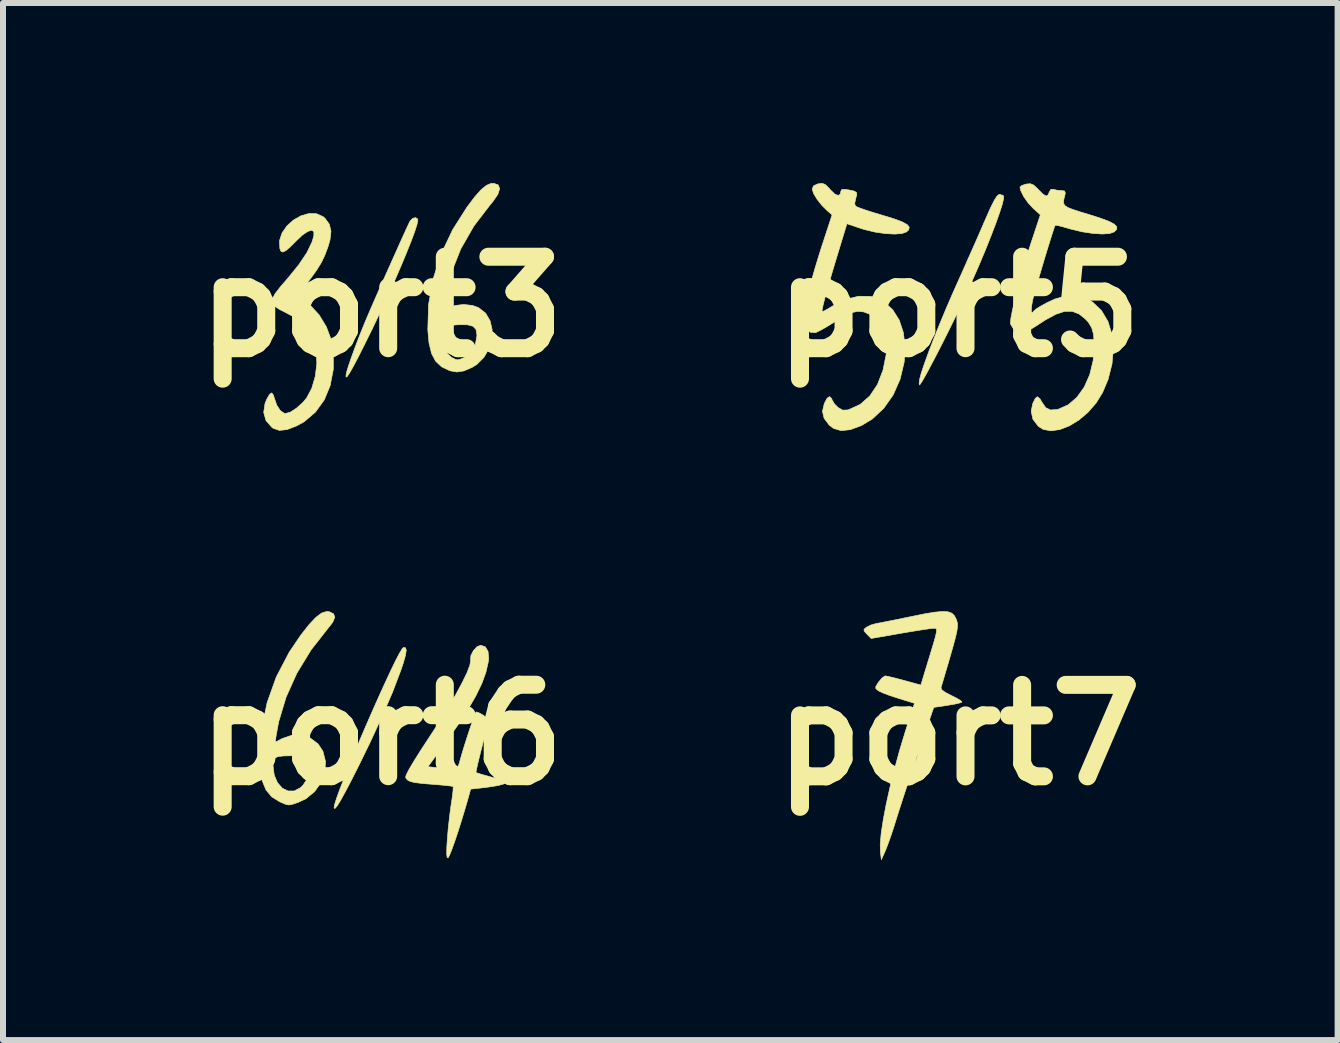
<source format=kicad_pcb>
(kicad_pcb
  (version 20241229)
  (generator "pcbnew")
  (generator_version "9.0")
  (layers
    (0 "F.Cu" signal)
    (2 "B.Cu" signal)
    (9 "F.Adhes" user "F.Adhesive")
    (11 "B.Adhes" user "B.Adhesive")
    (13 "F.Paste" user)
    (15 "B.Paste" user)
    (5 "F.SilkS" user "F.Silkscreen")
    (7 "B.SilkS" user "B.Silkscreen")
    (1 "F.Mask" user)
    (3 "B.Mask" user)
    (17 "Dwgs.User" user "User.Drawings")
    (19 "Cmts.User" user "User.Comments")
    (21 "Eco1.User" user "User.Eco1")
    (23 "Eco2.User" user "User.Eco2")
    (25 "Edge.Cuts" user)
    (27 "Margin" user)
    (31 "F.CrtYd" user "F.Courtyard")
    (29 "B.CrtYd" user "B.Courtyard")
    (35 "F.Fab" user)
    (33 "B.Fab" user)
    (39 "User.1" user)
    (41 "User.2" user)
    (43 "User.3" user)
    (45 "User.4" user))
  (footprint "port6"
    (layer "F.Cu")
    (at 3.309 9.193)
    (property "Reference" "port6" (at 0 0 0) (layer "F.SilkS") (effects (font (size 1.524 1.524) (thickness 0.3))))
    (attr through_hole)
    (fp_poly (pts (xy 0.398 -1.449) (xy 0.41 -1.407) (xy 0.397 -1.323) (xy 0.359 -1.191) (xy 0.318 -1.07) (xy 0.185 -0.719) (xy 0.015 -0.322) (xy -0.191 0.123) (xy -0.381 0.513) (xy -0.508 0.764) (xy -0.611 0.96) (xy -0.689 1.101) (xy -0.745 1.19) (xy -0.779 1.228) (xy -0.793 1.218) (xy -0.793 1.212) (xy -0.781 1.152) (xy -0.747 1.045) (xy -0.693 0.897) (xy -0.622 0.715) (xy -0.539 0.507) (xy -0.445 0.28) (xy -0.344 0.041) (xy -0.239 -0.203) (xy -0.133 -0.444) (xy -0.03 -0.675) (xy 0.068 -0.889) (xy 0.157 -1.08) (xy 0.234 -1.239) (xy 0.297 -1.359) (xy 0.342 -1.433) (xy 0.363 -1.455) (xy 0.398 -1.449)) (stroke (width 0.01) (type solid)) (fill yes) (layer "F.SilkS"))
    (fp_poly (pts (xy -0.875 -2.051) (xy -0.801 -2.016) (xy -0.781 -1.958) (xy -0.816 -1.874) (xy -0.889 -1.781) (xy -1.177 -1.413) (xy -1.413 -1.026) (xy -1.593 -0.625) (xy -1.716 -0.216) (xy -1.757 0.007) (xy -1.774 0.125) (xy -1.657 0.062) (xy -1.497 0.008) (xy -1.335 0.008) (xy -1.185 0.057) (xy -1.059 0.152) (xy -0.979 0.274) (xy -0.935 0.446) (xy -0.947 0.623) (xy -1.009 0.793) (xy -1.114 0.943) (xy -1.258 1.063) (xy -1.391 1.126) (xy -1.484 1.157) (xy -1.543 1.169) (xy -1.593 1.161) (xy -1.662 1.132) (xy -1.702 1.114) (xy -1.832 1.033) (xy -1.927 0.919) (xy -1.99 0.766) (xy -2.024 0.567) (xy -2.026 0.512) (xy -1.81 0.512) (xy -1.79 0.671) (xy -1.736 0.798) (xy -1.656 0.889) (xy -1.56 0.936) (xy -1.456 0.936) (xy -1.352 0.881) (xy -1.311 0.841) (xy -1.256 0.756) (xy -1.211 0.651) (xy -1.206 0.632) (xy -1.187 0.537) (xy -1.197 0.471) (xy -1.221 0.426) (xy -1.255 0.385) (xy -1.299 0.362) (xy -1.372 0.352) (xy -1.49 0.349) (xy -1.636 0.352) (xy -1.729 0.363) (xy -1.781 0.389) (xy -1.804 0.435) (xy -1.81 0.508) (xy -1.81 0.512) (xy -2.026 0.512) (xy -2.032 0.365) (xy -2.001 -0.094) (xy -1.908 -0.537) (xy -1.755 -0.965) (xy -1.54 -1.376) (xy -1.351 -1.656) (xy -1.212 -1.833) (xy -1.097 -1.956) (xy -1 -2.029) (xy -0.916 -2.055) (xy -0.875 -2.051)) (stroke (width 0.01) (type solid)) (fill yes) (layer "F.SilkS"))
    (fp_poly (pts (xy 1.728 -1.465) (xy 1.773 -1.388) (xy 1.783 -1.27) (xy 1.776 -1.213) (xy 1.737 -1.041) (xy 1.669 -0.855) (xy 1.569 -0.648) (xy 1.435 -0.416) (xy 1.262 -0.151) (xy 1.048 0.152) (xy 1.033 0.173) (xy 0.771 0.532) (xy 0.961 0.552) (xy 1.101 0.565) (xy 1.191 0.569) (xy 1.245 0.557) (xy 1.275 0.526) (xy 1.294 0.47) (xy 1.303 0.437) (xy 1.335 0.324) (xy 1.376 0.189) (xy 1.422 0.045) (xy 1.468 -0.096) (xy 1.511 -0.221) (xy 1.546 -0.318) (xy 1.569 -0.373) (xy 1.575 -0.381) (xy 1.627 -0.364) (xy 1.695 -0.325) (xy 1.753 -0.28) (xy 1.778 -0.245) (xy 1.77 -0.201) (xy 1.749 -0.109) (xy 1.717 0.02) (xy 1.679 0.172) (xy 1.67 0.206) (xy 1.631 0.359) (xy 1.6 0.487) (xy 1.579 0.58) (xy 1.571 0.626) (xy 1.571 0.628) (xy 1.604 0.64) (xy 1.682 0.664) (xy 1.791 0.695) (xy 1.822 0.703) (xy 1.935 0.737) (xy 2.02 0.769) (xy 2.062 0.792) (xy 2.064 0.796) (xy 2.032 0.82) (xy 1.941 0.845) (xy 1.791 0.869) (xy 1.654 0.886) (xy 1.483 0.905) (xy 1.439 1.064) (xy 1.385 1.249) (xy 1.328 1.437) (xy 1.271 1.617) (xy 1.217 1.779) (xy 1.169 1.911) (xy 1.132 2.005) (xy 1.108 2.049) (xy 1.106 2.051) (xy 1.091 2.043) (xy 1.084 1.989) (xy 1.085 1.884) (xy 1.094 1.743) (xy 1.109 1.565) (xy 1.13 1.373) (xy 1.152 1.2) (xy 1.161 1.144) (xy 1.179 1.021) (xy 1.19 0.925) (xy 1.192 0.869) (xy 1.19 0.862) (xy 1.155 0.854) (xy 1.07 0.844) (xy 0.949 0.833) (xy 0.85 0.825) (xy 0.676 0.811) (xy 0.554 0.796) (xy 0.475 0.777) (xy 0.428 0.751) (xy 0.402 0.717) (xy 0.399 0.709) (xy 0.41 0.666) (xy 0.456 0.577) (xy 0.534 0.445) (xy 0.64 0.276) (xy 0.772 0.073) (xy 0.776 0.068) (xy 0.95 -0.199) (xy 1.104 -0.448) (xy 1.237 -0.674) (xy 1.343 -0.871) (xy 1.422 -1.034) (xy 1.469 -1.157) (xy 1.483 -1.236) (xy 1.481 -1.245) (xy 1.487 -1.321) (xy 1.529 -1.403) (xy 1.59 -1.468) (xy 1.651 -1.492) (xy 1.728 -1.465)) (stroke (width 0.01) (type solid)) (fill yes) (layer "F.SilkS")))
  (footprint "port5"
    (layer "F.Cu")
    (at 12.928 2.062)
    (property "Reference" "port5" (at 0 0 0) (layer "F.SilkS") (effects (font (size 1.524 1.524) (thickness 0.3))))
    (attr through_hole)
    (fp_poly (pts (xy 0.729 -1.859) (xy 0.744 -1.846) (xy 0.743 -1.798) (xy 0.719 -1.699) (xy 0.673 -1.557) (xy 0.609 -1.377) (xy 0.529 -1.168) (xy 0.436 -0.936) (xy 0.332 -0.688) (xy 0.22 -0.432) (xy 0.103 -0.173) (xy 0.086 -0.135) (xy 0.002 0.044) (xy -0.092 0.237) (xy -0.19 0.435) (xy -0.289 0.632) (xy -0.384 0.817) (xy -0.472 0.984) (xy -0.547 1.124) (xy -0.606 1.228) (xy -0.645 1.289) (xy -0.657 1.302) (xy -0.664 1.275) (xy -0.656 1.21) (xy -0.656 1.21) (xy -0.628 1.103) (xy -0.576 0.948) (xy -0.505 0.752) (xy -0.418 0.527) (xy -0.319 0.281) (xy -0.211 0.022) (xy -0.098 -0.239) (xy -0.043 -0.361) (xy 0.057 -0.585) (xy 0.161 -0.82) (xy 0.263 -1.049) (xy 0.354 -1.257) (xy 0.427 -1.426) (xy 0.439 -1.452) (xy 0.519 -1.635) (xy 0.582 -1.762) (xy 0.629 -1.839) (xy 0.664 -1.871) (xy 0.673 -1.873) (xy 0.729 -1.859)) (stroke (width 0.01) (type solid)) (fill yes) (layer "F.SilkS"))
    (fp_poly (pts (xy -2.227 -2.037) (xy -2.168 -1.98) (xy -2.144 -1.951) (xy -2.068 -1.878) (xy -2.009 -1.855) (xy -1.975 -1.882) (xy -1.968 -1.924) (xy -1.955 -1.953) (xy -1.905 -1.958) (xy -1.849 -1.95) (xy -1.753 -1.93) (xy -1.708 -1.907) (xy -1.702 -1.868) (xy -1.72 -1.807) (xy -1.738 -1.717) (xy -1.722 -1.677) (xy -1.681 -1.657) (xy -1.591 -1.624) (xy -1.464 -1.582) (xy -1.314 -1.537) (xy -1.284 -1.528) (xy -1.087 -1.468) (xy -0.948 -1.416) (xy -0.863 -1.37) (xy -0.828 -1.327) (xy -0.838 -1.283) (xy -0.873 -1.249) (xy -0.95 -1.221) (xy -1.073 -1.212) (xy -1.227 -1.22) (xy -1.397 -1.245) (xy -1.568 -1.285) (xy -1.64 -1.308) (xy -1.867 -1.384) (xy -2.027 -0.859) (xy -2.108 -0.59) (xy -2.175 -0.361) (xy -2.227 -0.174) (xy -2.262 -0.036) (xy -2.28 0.051) (xy -2.28 0.08) (xy -2.25 0.07) (xy -2.182 0.033) (xy -2.095 -0.019) (xy -1.883 -0.124) (xy -1.674 -0.176) (xy -1.479 -0.174) (xy -1.419 -0.16) (xy -1.245 -0.08) (xy -1.103 0.05) (xy -0.995 0.222) (xy -0.926 0.431) (xy -0.898 0.668) (xy -0.913 0.922) (xy -0.982 1.21) (xy -1.097 1.469) (xy -1.253 1.691) (xy -1.445 1.87) (xy -1.625 1.978) (xy -1.81 2.047) (xy -1.965 2.063) (xy -2.091 2.025) (xy -2.16 1.973) (xy -2.247 1.858) (xy -2.274 1.742) (xy -2.244 1.612) (xy -2.242 1.608) (xy -2.196 1.521) (xy -2.154 1.496) (xy -2.12 1.532) (xy -2.112 1.555) (xy -2.073 1.62) (xy -2.013 1.679) (xy -1.939 1.721) (xy -1.859 1.719) (xy -1.835 1.713) (xy -1.646 1.626) (xy -1.486 1.486) (xy -1.358 1.295) (xy -1.267 1.06) (xy -1.266 1.057) (xy -1.214 0.802) (xy -1.208 0.579) (xy -1.247 0.392) (xy -1.329 0.243) (xy -1.454 0.139) (xy -1.479 0.126) (xy -1.586 0.085) (xy -1.686 0.075) (xy -1.793 0.098) (xy -1.921 0.159) (xy -2.077 0.254) (xy -2.194 0.327) (xy -2.299 0.387) (xy -2.376 0.424) (xy -2.394 0.431) (xy -2.479 0.423) (xy -2.552 0.368) (xy -2.597 0.282) (xy -2.603 0.23) (xy -2.594 0.136) (xy -2.566 -0.008) (xy -2.522 -0.192) (xy -2.466 -0.407) (xy -2.399 -0.641) (xy -2.325 -0.885) (xy -2.279 -1.028) (xy -2.114 -1.532) (xy -2.192 -1.599) (xy -2.285 -1.691) (xy -2.366 -1.794) (xy -2.423 -1.89) (xy -2.445 -1.961) (xy -2.424 -2.015) (xy -2.355 -2.047) (xy -2.345 -2.049) (xy -2.279 -2.057) (xy -2.227 -2.037)) (stroke (width 0.01) (type solid)) (fill yes) (layer "F.SilkS"))
    (fp_poly (pts (xy 1.244 -2.029) (xy 1.31 -1.968) (xy 1.323 -1.953) (xy 1.402 -1.875) (xy 1.454 -1.846) (xy 1.487 -1.867) (xy 1.503 -1.909) (xy 1.533 -1.958) (xy 1.572 -1.957) (xy 1.645 -1.941) (xy 1.705 -1.937) (xy 1.76 -1.93) (xy 1.772 -1.895) (xy 1.762 -1.849) (xy 1.745 -1.781) (xy 1.742 -1.73) (xy 1.761 -1.69) (xy 1.811 -1.656) (xy 1.899 -1.621) (xy 2.035 -1.577) (xy 2.156 -1.541) (xy 2.357 -1.477) (xy 2.5 -1.423) (xy 2.59 -1.375) (xy 2.631 -1.332) (xy 2.627 -1.29) (xy 2.588 -1.249) (xy 2.51 -1.221) (xy 2.386 -1.213) (xy 2.229 -1.223) (xy 2.051 -1.25) (xy 1.867 -1.294) (xy 1.843 -1.301) (xy 1.732 -1.333) (xy 1.648 -1.354) (xy 1.605 -1.36) (xy 1.603 -1.36) (xy 1.589 -1.325) (xy 1.561 -1.24) (xy 1.522 -1.117) (xy 1.475 -0.966) (xy 1.424 -0.798) (xy 1.373 -0.626) (xy 1.324 -0.459) (xy 1.281 -0.309) (xy 1.247 -0.187) (xy 1.226 -0.105) (xy 1.226 -0.103) (xy 1.206 0.009) (xy 1.204 0.079) (xy 1.22 0.1) (xy 1.252 0.066) (xy 1.255 0.063) (xy 1.291 0.033) (xy 1.368 -0.015) (xy 1.469 -0.07) (xy 1.471 -0.071) (xy 1.602 -0.131) (xy 1.715 -0.162) (xy 1.847 -0.173) (xy 1.878 -0.173) (xy 2.002 -0.17) (xy 2.09 -0.154) (xy 2.167 -0.118) (xy 2.227 -0.078) (xy 2.375 0.063) (xy 2.483 0.245) (xy 2.548 0.46) (xy 2.571 0.698) (xy 2.55 0.95) (xy 2.485 1.209) (xy 2.393 1.428) (xy 2.285 1.603) (xy 2.15 1.758) (xy 1.999 1.886) (xy 1.84 1.983) (xy 1.681 2.045) (xy 1.532 2.066) (xy 1.402 2.042) (xy 1.323 1.992) (xy 1.232 1.873) (xy 1.203 1.74) (xy 1.23 1.61) (xy 1.272 1.524) (xy 1.309 1.498) (xy 1.35 1.533) (xy 1.38 1.586) (xy 1.445 1.68) (xy 1.524 1.719) (xy 1.634 1.711) (xy 1.655 1.706) (xy 1.82 1.633) (xy 1.966 1.507) (xy 2.088 1.336) (xy 2.179 1.13) (xy 2.235 0.898) (xy 2.246 0.794) (xy 2.253 0.603) (xy 2.242 0.458) (xy 2.211 0.348) (xy 2.155 0.256) (xy 2.11 0.207) (xy 2 0.119) (xy 1.886 0.075) (xy 1.76 0.076) (xy 1.614 0.124) (xy 1.439 0.219) (xy 1.337 0.286) (xy 1.225 0.357) (xy 1.127 0.412) (xy 1.059 0.442) (xy 1.043 0.445) (xy 0.972 0.42) (xy 0.903 0.36) (xy 0.861 0.29) (xy 0.857 0.266) (xy 0.866 0.185) (xy 0.891 0.055) (xy 0.93 -0.112) (xy 0.978 -0.305) (xy 1.034 -0.513) (xy 1.094 -0.724) (xy 1.156 -0.926) (xy 1.189 -1.028) (xy 1.356 -1.533) (xy 1.237 -1.64) (xy 1.152 -1.732) (xy 1.079 -1.836) (xy 1.03 -1.934) (xy 1.016 -1.993) (xy 1.044 -2.02) (xy 1.111 -2.043) (xy 1.118 -2.045) (xy 1.188 -2.051) (xy 1.244 -2.029)) (stroke (width 0.01) (type solid)) (fill yes) (layer "F.SilkS")))
  (footprint "port7"
    (layer "F.Cu")
    (at 12.928 9.196)
    (property "Reference" "port7" (at 0 0 0) (layer "F.SilkS") (effects (font (size 1.524 1.524) (thickness 0.3))))
    (attr through_hole)
    (fp_poly (pts (xy -0.183 -2.053) (xy -0.118 -2.029) (xy -0.074 -1.985) (xy -0.042 -1.921) (xy -0.036 -1.904) (xy -0.025 -1.858) (xy -0.025 -1.8) (xy -0.036 -1.722) (xy -0.062 -1.61) (xy -0.104 -1.457) (xy -0.142 -1.324) (xy -0.191 -1.155) (xy -0.235 -1.006) (xy -0.27 -0.888) (xy -0.293 -0.813) (xy -0.299 -0.794) (xy -0.291 -0.757) (xy -0.233 -0.713) (xy -0.124 -0.656) (xy -0.03 -0.609) (xy 0.032 -0.57) (xy 0.05 -0.547) (xy 0.049 -0.547) (xy 0.01 -0.533) (xy -0.074 -0.514) (xy -0.186 -0.495) (xy -0.195 -0.493) (xy -0.42 -0.46) (xy -0.671 0.27) (xy -0.749 0.501) (xy -0.829 0.738) (xy -0.904 0.965) (xy -0.97 1.168) (xy -1.022 1.331) (xy -1.038 1.381) (xy -1.089 1.545) (xy -1.142 1.703) (xy -1.19 1.836) (xy -1.223 1.92) (xy -1.293 2.078) (xy -1.309 1.952) (xy -1.312 1.821) (xy -1.296 1.639) (xy -1.262 1.415) (xy -1.213 1.156) (xy -1.15 0.872) (xy -1.075 0.572) (xy -0.991 0.263) (xy -0.898 -0.045) (xy -0.866 -0.145) (xy -0.741 -0.528) (xy -1.013 -0.612) (xy -1.143 -0.654) (xy -1.255 -0.696) (xy -1.331 -0.73) (xy -1.347 -0.74) (xy -1.384 -0.772) (xy -1.387 -0.804) (xy -1.355 -0.858) (xy -1.337 -0.885) (xy -1.282 -0.949) (xy -1.235 -0.983) (xy -1.228 -0.984) (xy -1.182 -0.976) (xy -1.091 -0.955) (xy -0.971 -0.924) (xy -0.913 -0.908) (xy -0.635 -0.832) (xy -0.542 -1.138) (xy -0.477 -1.351) (xy -0.429 -1.51) (xy -0.396 -1.624) (xy -0.378 -1.7) (xy -0.372 -1.746) (xy -0.377 -1.769) (xy -0.391 -1.777) (xy -0.414 -1.778) (xy -0.42 -1.778) (xy -0.474 -1.773) (xy -0.577 -1.758) (xy -0.718 -1.736) (xy -0.883 -1.709) (xy -0.975 -1.693) (xy -1.463 -1.608) (xy -1.533 -1.679) (xy -1.579 -1.73) (xy -1.582 -1.761) (xy -1.543 -1.795) (xy -1.542 -1.795) (xy -1.469 -1.832) (xy -1.374 -1.858) (xy -1.368 -1.859) (xy -1.295 -1.872) (xy -1.176 -1.896) (xy -1.024 -1.926) (xy -0.856 -1.961) (xy -0.81 -1.97) (xy -0.581 -2.017) (xy -0.406 -2.046) (xy -0.276 -2.058) (xy -0.183 -2.053)) (stroke (width 0.01) (type solid)) (fill yes) (layer "F.SilkS")))
  (footprint "port3"
    (layer "F.Cu")
    (at 3.309 2.062)
    (property "Reference" "port3" (at 0 0 0) (layer "F.SilkS") (effects (font (size 1.524 1.524) (thickness 0.3))))
    (attr through_hole)
    (fp_poly (pts (xy 0.6 -1.462) (xy 0.603 -1.444) (xy 0.59 -1.376) (xy 0.552 -1.257) (xy 0.493 -1.097) (xy 0.415 -0.902) (xy 0.323 -0.681) (xy 0.219 -0.44) (xy 0.106 -0.188) (xy -0.013 0.068) (xy -0.134 0.321) (xy -0.151 0.357) (xy -0.284 0.626) (xy -0.391 0.839) (xy -0.475 0.998) (xy -0.536 1.105) (xy -0.575 1.162) (xy -0.594 1.171) (xy -0.593 1.133) (xy -0.583 1.087) (xy -0.556 0.995) (xy -0.509 0.857) (xy -0.448 0.689) (xy -0.378 0.505) (xy -0.303 0.318) (xy -0.274 0.247) (xy -0.234 0.153) (xy -0.176 0.018) (xy -0.104 -0.147) (xy -0.022 -0.333) (xy 0.066 -0.53) (xy 0.155 -0.729) (xy 0.241 -0.921) (xy 0.319 -1.095) (xy 0.386 -1.243) (xy 0.437 -1.354) (xy 0.468 -1.42) (xy 0.473 -1.429) (xy 0.517 -1.474) (xy 0.567 -1.486) (xy 0.6 -1.462)) (stroke (width 0.01) (type solid)) (fill yes) (layer "F.SilkS"))
    (fp_poly (pts (xy 1.944 -2.029) (xy 1.966 -1.967) (xy 1.936 -1.874) (xy 1.853 -1.753) (xy 1.812 -1.705) (xy 1.536 -1.345) (xy 1.318 -0.964) (xy 1.158 -0.56) (xy 1.064 -0.184) (xy 1.042 -0.065) (xy 1.025 0.028) (xy 1.017 0.079) (xy 1.016 0.084) (xy 1.038 0.076) (xy 1.093 0.04) (xy 1.108 0.029) (xy 1.222 -0.022) (xy 1.365 -0.039) (xy 1.512 -0.023) (xy 1.615 0.014) (xy 1.733 0.107) (xy 1.807 0.234) (xy 1.841 0.382) (xy 1.834 0.541) (xy 1.788 0.699) (xy 1.704 0.842) (xy 1.585 0.961) (xy 1.51 1.007) (xy 1.37 1.068) (xy 1.254 1.086) (xy 1.141 1.066) (xy 1.132 1.063) (xy 0.998 0.999) (xy 0.899 0.906) (xy 0.831 0.777) (xy 0.789 0.602) (xy 0.772 0.416) (xy 0.985 0.416) (xy 0.989 0.512) (xy 1.009 0.614) (xy 1.04 0.698) (xy 1.097 0.782) (xy 1.165 0.843) (xy 1.175 0.848) (xy 1.231 0.876) (xy 1.267 0.884) (xy 1.312 0.872) (xy 1.383 0.843) (xy 1.488 0.766) (xy 1.558 0.644) (xy 1.587 0.487) (xy 1.587 0.461) (xy 1.572 0.377) (xy 1.522 0.324) (xy 1.428 0.299) (xy 1.283 0.298) (xy 1.246 0.301) (xy 1.139 0.309) (xy 1.056 0.315) (xy 1.024 0.316) (xy 0.996 0.345) (xy 0.985 0.416) (xy 0.772 0.416) (xy 0.769 0.381) (xy 0.782 -0.041) (xy 0.857 -0.463) (xy 0.991 -0.88) (xy 1.184 -1.286) (xy 1.422 -1.661) (xy 1.55 -1.831) (xy 1.655 -1.949) (xy 1.743 -2.022) (xy 1.82 -2.055) (xy 1.87 -2.057) (xy 1.944 -2.029)) (stroke (width 0.01) (type solid)) (fill yes) (layer "F.SilkS"))
    (fp_poly (pts (xy -1.087 -1.552) (xy -0.975 -1.502) (xy -0.945 -1.476) (xy -0.872 -1.376) (xy -0.844 -1.26) (xy -0.861 -1.115) (xy -0.892 -1.006) (xy -0.945 -0.863) (xy -1.005 -0.737) (xy -1.083 -0.611) (xy -1.188 -0.466) (xy -1.257 -0.377) (xy -1.338 -0.275) (xy -1.383 -0.211) (xy -1.397 -0.173) (xy -1.385 -0.151) (xy -1.355 -0.134) (xy -1.188 -0.024) (xy -1.041 0.136) (xy -0.922 0.332) (xy -0.84 0.549) (xy -0.805 0.748) (xy -0.806 1.044) (xy -0.858 1.314) (xy -0.957 1.552) (xy -1.103 1.754) (xy -1.29 1.914) (xy -1.416 1.984) (xy -1.577 2.046) (xy -1.705 2.059) (xy -1.807 2.024) (xy -1.83 2.007) (xy -1.928 1.894) (xy -1.965 1.76) (xy -1.943 1.609) (xy -1.915 1.541) (xy -1.867 1.457) (xy -1.831 1.434) (xy -1.803 1.472) (xy -1.79 1.516) (xy -1.747 1.64) (xy -1.687 1.731) (xy -1.621 1.775) (xy -1.603 1.778) (xy -1.52 1.754) (xy -1.419 1.689) (xy -1.317 1.598) (xy -1.25 1.519) (xy -1.164 1.357) (xy -1.106 1.158) (xy -1.08 0.943) (xy -1.09 0.732) (xy -1.128 0.57) (xy -1.2 0.412) (xy -1.298 0.288) (xy -1.436 0.183) (xy -1.573 0.11) (xy -1.7 0.045) (xy -1.784 -0.011) (xy -1.824 -0.068) (xy -1.821 -0.135) (xy -1.774 -0.221) (xy -1.684 -0.337) (xy -1.573 -0.465) (xy -1.384 -0.696) (xy -1.247 -0.9) (xy -1.159 -1.082) (xy -1.13 -1.183) (xy -1.129 -1.252) (xy -1.165 -1.276) (xy -1.231 -1.256) (xy -1.321 -1.195) (xy -1.411 -1.11) (xy -1.521 -1) (xy -1.598 -0.935) (xy -1.649 -0.912) (xy -1.68 -0.929) (xy -1.696 -0.97) (xy -1.702 -1.103) (xy -1.659 -1.232) (xy -1.578 -1.348) (xy -1.47 -1.445) (xy -1.345 -1.516) (xy -1.214 -1.554) (xy -1.087 -1.552)) (stroke (width 0.01) (type solid)) (fill yes) (layer "F.SilkS")))
  (gr_rect
    (start -3 -3)
    (end 19.237 14.279)
    (stroke (width 0.1) (type default))
    (fill no)
    (layer "Edge.Cuts")))
</source>
